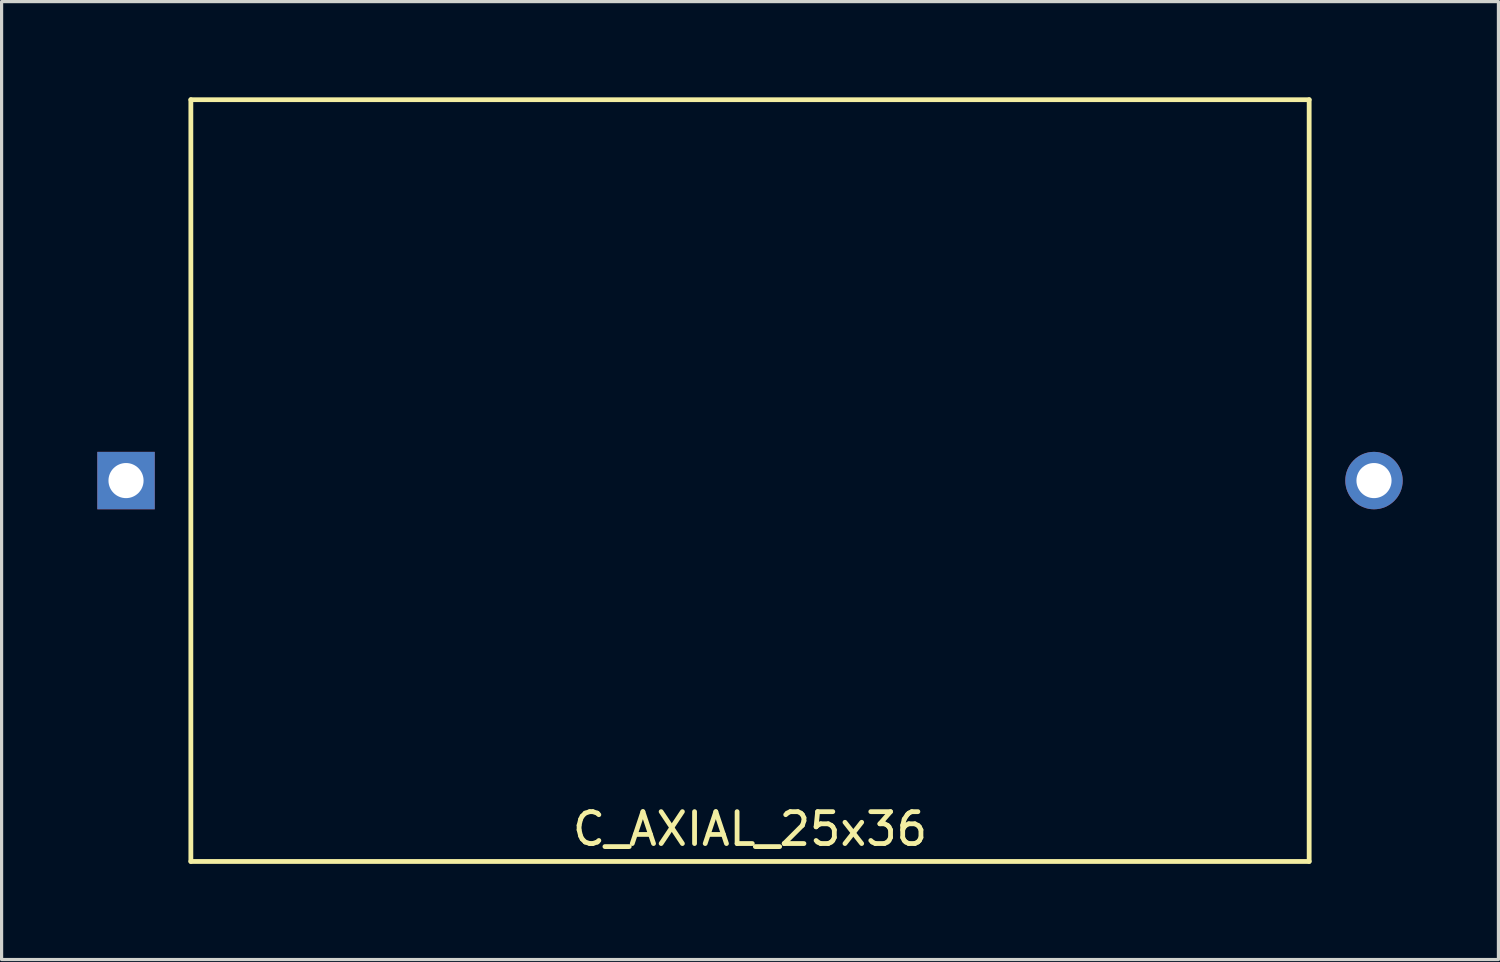
<source format=kicad_pcb>
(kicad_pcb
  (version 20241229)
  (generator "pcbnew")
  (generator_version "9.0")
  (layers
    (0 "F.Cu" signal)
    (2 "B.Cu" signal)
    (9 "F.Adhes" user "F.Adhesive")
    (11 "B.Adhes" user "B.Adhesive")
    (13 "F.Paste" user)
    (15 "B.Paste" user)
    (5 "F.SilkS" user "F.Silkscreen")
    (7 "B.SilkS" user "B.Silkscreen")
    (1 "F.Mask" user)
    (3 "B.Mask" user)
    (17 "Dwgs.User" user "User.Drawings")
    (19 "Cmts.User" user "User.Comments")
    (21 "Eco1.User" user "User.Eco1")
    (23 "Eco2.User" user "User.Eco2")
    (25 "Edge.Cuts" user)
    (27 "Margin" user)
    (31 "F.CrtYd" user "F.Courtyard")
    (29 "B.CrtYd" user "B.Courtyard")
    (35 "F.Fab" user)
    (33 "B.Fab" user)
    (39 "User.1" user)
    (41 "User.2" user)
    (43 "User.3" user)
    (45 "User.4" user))
  (footprint "C_AXIAL_25x36"
    (layer "F.Cu")
    (at 20.458 12.013)
    (property "Reference" "C_AXIAL_25x36" (at 0 10.922 0) (layer "F.SilkS") (effects (font (size 1 1) (thickness 0.15))))
    (attr through_hole)
    (fp_line (start -17.526 -11.938) (end -17.526 11.938) (stroke (width 0.15) (type solid)) (layer "F.SilkS"))
    (fp_line (start -17.526 -11.938) (end 17.526 -11.938) (stroke (width 0.15) (type solid)) (layer "F.SilkS"))
    (fp_line (start 17.526 11.938) (end -17.526 11.938) (stroke (width 0.15) (type solid)) (layer "F.SilkS"))
    (fp_line (start 17.526 11.938) (end 17.526 -11.938) (stroke (width 0.15) (type solid)) (layer "F.SilkS"))
    (pad "1" thru_hole rect (at -19.558 0) (size 1.8 1.8) (drill 1.1) (layers "*.Cu" "*.Mask"))
    (pad "2" thru_hole circle (at 19.558 0) (size 1.8 1.8) (drill 1.1) (layers "*.Cu" "*.Mask")))
  (gr_rect
    (start -3 -3)
    (end 43.916 27.026)
    (stroke (width 0.1) (type default))
    (fill no)
    (layer "Edge.Cuts")))
</source>
